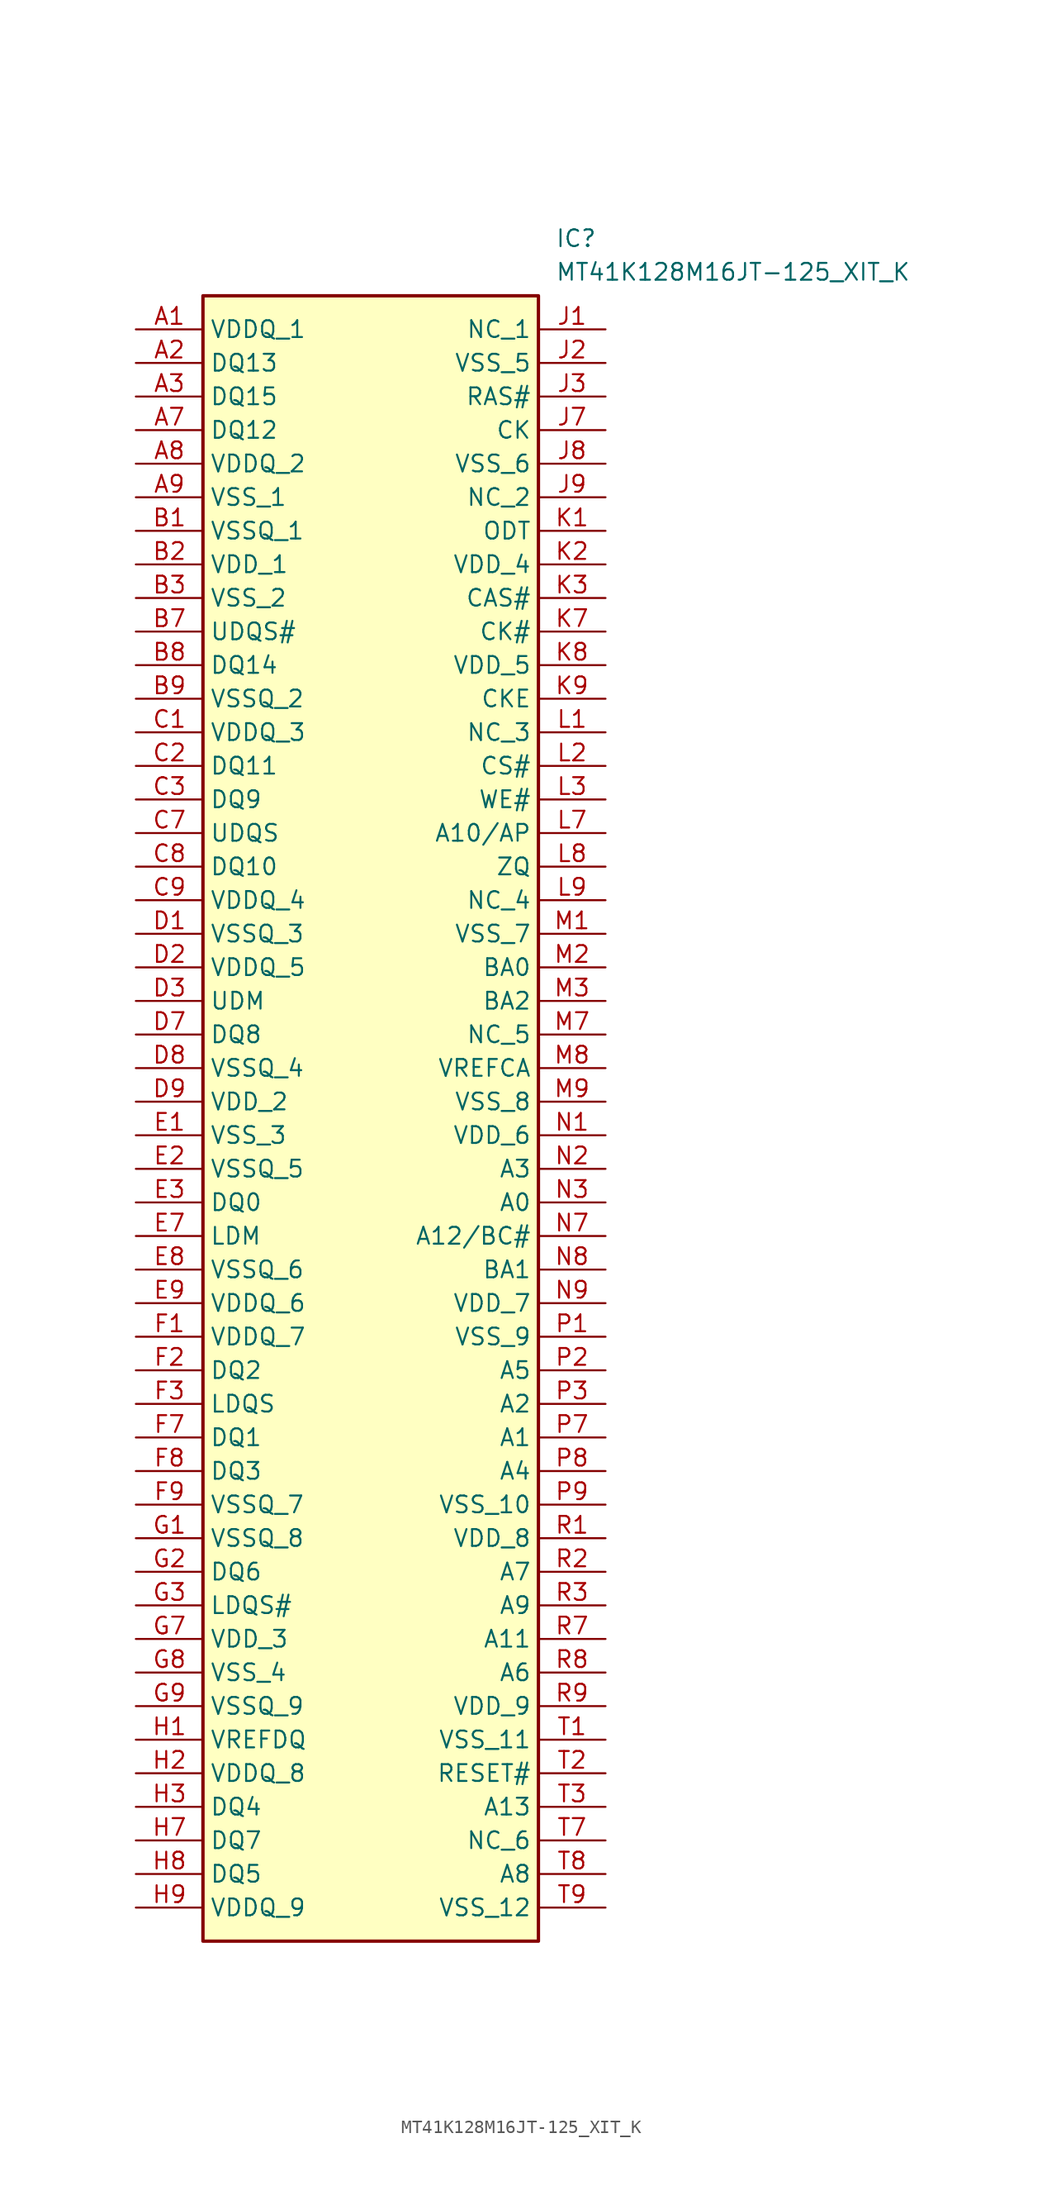
<source format=kicad_sym>
(kicad_symbol_lib
  (version 20211014)
  (generator SamacSys_ECAD_Model)
  (symbol "MT41K128M16JT-125_XIT_K"
    (property "Reference" "IC"
      (at 31.75 7.62 0)
      (effects (font (size 1.27 1.27)) (justify left top)))
    (property "Value" "MT41K128M16JT-125_XIT_K"
      (at 31.75 5.08 0)
      (effects (font (size 1.27 1.27)) (justify left top)))
    (rectangle
      (start 5.08 2.54)
      (end 30.48 -121.92)
      (stroke (width 0.254) (type default))
      (fill (type background)))
    (pin passive line
      (at 0 0 0)
      (length 5.08)
      (name "VDDQ_1" (effects (font (size 1.27 1.27))))
      (number "A1" (effects (font (size 1.27 1.27)))))
    (pin passive line
      (at 0 -2.54 0)
      (length 5.08)
      (name "DQ13" (effects (font (size 1.27 1.27))))
      (number "A2" (effects (font (size 1.27 1.27)))))
    (pin passive line
      (at 0 -5.08 0)
      (length 5.08)
      (name "DQ15" (effects (font (size 1.27 1.27))))
      (number "A3" (effects (font (size 1.27 1.27)))))
    (pin passive line
      (at 0 -7.62 0)
      (length 5.08)
      (name "DQ12" (effects (font (size 1.27 1.27))))
      (number "A7" (effects (font (size 1.27 1.27)))))
    (pin passive line
      (at 0 -10.16 0)
      (length 5.08)
      (name "VDDQ_2" (effects (font (size 1.27 1.27))))
      (number "A8" (effects (font (size 1.27 1.27)))))
    (pin passive line
      (at 0 -12.7 0)
      (length 5.08)
      (name "VSS_1" (effects (font (size 1.27 1.27))))
      (number "A9" (effects (font (size 1.27 1.27)))))
    (pin passive line
      (at 0 -15.24 0)
      (length 5.08)
      (name "VSSQ_1" (effects (font (size 1.27 1.27))))
      (number "B1" (effects (font (size 1.27 1.27)))))
    (pin passive line
      (at 0 -17.78 0)
      (length 5.08)
      (name "VDD_1" (effects (font (size 1.27 1.27))))
      (number "B2" (effects (font (size 1.27 1.27)))))
    (pin passive line
      (at 0 -20.32 0)
      (length 5.08)
      (name "VSS_2" (effects (font (size 1.27 1.27))))
      (number "B3" (effects (font (size 1.27 1.27)))))
    (pin passive line
      (at 0 -22.86 0)
      (length 5.08)
      (name "UDQS#" (effects (font (size 1.27 1.27))))
      (number "B7" (effects (font (size 1.27 1.27)))))
    (pin passive line
      (at 0 -25.4 0)
      (length 5.08)
      (name "DQ14" (effects (font (size 1.27 1.27))))
      (number "B8" (effects (font (size 1.27 1.27)))))
    (pin passive line
      (at 0 -27.94 0)
      (length 5.08)
      (name "VSSQ_2" (effects (font (size 1.27 1.27))))
      (number "B9" (effects (font (size 1.27 1.27)))))
    (pin passive line
      (at 0 -30.48 0)
      (length 5.08)
      (name "VDDQ_3" (effects (font (size 1.27 1.27))))
      (number "C1" (effects (font (size 1.27 1.27)))))
    (pin passive line
      (at 0 -33.02 0)
      (length 5.08)
      (name "DQ11" (effects (font (size 1.27 1.27))))
      (number "C2" (effects (font (size 1.27 1.27)))))
    (pin passive line
      (at 0 -35.56 0)
      (length 5.08)
      (name "DQ9" (effects (font (size 1.27 1.27))))
      (number "C3" (effects (font (size 1.27 1.27)))))
    (pin passive line
      (at 0 -38.1 0)
      (length 5.08)
      (name "UDQS" (effects (font (size 1.27 1.27))))
      (number "C7" (effects (font (size 1.27 1.27)))))
    (pin passive line
      (at 0 -40.64 0)
      (length 5.08)
      (name "DQ10" (effects (font (size 1.27 1.27))))
      (number "C8" (effects (font (size 1.27 1.27)))))
    (pin passive line
      (at 0 -43.18 0)
      (length 5.08)
      (name "VDDQ_4" (effects (font (size 1.27 1.27))))
      (number "C9" (effects (font (size 1.27 1.27)))))
    (pin passive line
      (at 0 -45.72 0)
      (length 5.08)
      (name "VSSQ_3" (effects (font (size 1.27 1.27))))
      (number "D1" (effects (font (size 1.27 1.27)))))
    (pin passive line
      (at 0 -48.26 0)
      (length 5.08)
      (name "VDDQ_5" (effects (font (size 1.27 1.27))))
      (number "D2" (effects (font (size 1.27 1.27)))))
    (pin passive line
      (at 0 -50.8 0)
      (length 5.08)
      (name "UDM" (effects (font (size 1.27 1.27))))
      (number "D3" (effects (font (size 1.27 1.27)))))
    (pin passive line
      (at 0 -53.34 0)
      (length 5.08)
      (name "DQ8" (effects (font (size 1.27 1.27))))
      (number "D7" (effects (font (size 1.27 1.27)))))
    (pin passive line
      (at 0 -55.88 0)
      (length 5.08)
      (name "VSSQ_4" (effects (font (size 1.27 1.27))))
      (number "D8" (effects (font (size 1.27 1.27)))))
    (pin passive line
      (at 0 -58.42 0)
      (length 5.08)
      (name "VDD_2" (effects (font (size 1.27 1.27))))
      (number "D9" (effects (font (size 1.27 1.27)))))
    (pin passive line
      (at 0 -60.96 0)
      (length 5.08)
      (name "VSS_3" (effects (font (size 1.27 1.27))))
      (number "E1" (effects (font (size 1.27 1.27)))))
    (pin passive line
      (at 0 -63.5 0)
      (length 5.08)
      (name "VSSQ_5" (effects (font (size 1.27 1.27))))
      (number "E2" (effects (font (size 1.27 1.27)))))
    (pin passive line
      (at 0 -66.04 0)
      (length 5.08)
      (name "DQ0" (effects (font (size 1.27 1.27))))
      (number "E3" (effects (font (size 1.27 1.27)))))
    (pin passive line
      (at 0 -68.58 0)
      (length 5.08)
      (name "LDM" (effects (font (size 1.27 1.27))))
      (number "E7" (effects (font (size 1.27 1.27)))))
    (pin passive line
      (at 0 -71.12 0)
      (length 5.08)
      (name "VSSQ_6" (effects (font (size 1.27 1.27))))
      (number "E8" (effects (font (size 1.27 1.27)))))
    (pin passive line
      (at 0 -73.66 0)
      (length 5.08)
      (name "VDDQ_6" (effects (font (size 1.27 1.27))))
      (number "E9" (effects (font (size 1.27 1.27)))))
    (pin passive line
      (at 0 -76.2 0)
      (length 5.08)
      (name "VDDQ_7" (effects (font (size 1.27 1.27))))
      (number "F1" (effects (font (size 1.27 1.27)))))
    (pin passive line
      (at 0 -78.74 0)
      (length 5.08)
      (name "DQ2" (effects (font (size 1.27 1.27))))
      (number "F2" (effects (font (size 1.27 1.27)))))
    (pin passive line
      (at 0 -81.28 0)
      (length 5.08)
      (name "LDQS" (effects (font (size 1.27 1.27))))
      (number "F3" (effects (font (size 1.27 1.27)))))
    (pin passive line
      (at 0 -83.82 0)
      (length 5.08)
      (name "DQ1" (effects (font (size 1.27 1.27))))
      (number "F7" (effects (font (size 1.27 1.27)))))
    (pin passive line
      (at 0 -86.36 0)
      (length 5.08)
      (name "DQ3" (effects (font (size 1.27 1.27))))
      (number "F8" (effects (font (size 1.27 1.27)))))
    (pin passive line
      (at 0 -88.9 0)
      (length 5.08)
      (name "VSSQ_7" (effects (font (size 1.27 1.27))))
      (number "F9" (effects (font (size 1.27 1.27)))))
    (pin passive line
      (at 0 -91.44 0)
      (length 5.08)
      (name "VSSQ_8" (effects (font (size 1.27 1.27))))
      (number "G1" (effects (font (size 1.27 1.27)))))
    (pin passive line
      (at 0 -93.98 0)
      (length 5.08)
      (name "DQ6" (effects (font (size 1.27 1.27))))
      (number "G2" (effects (font (size 1.27 1.27)))))
    (pin passive line
      (at 0 -96.52 0)
      (length 5.08)
      (name "LDQS#" (effects (font (size 1.27 1.27))))
      (number "G3" (effects (font (size 1.27 1.27)))))
    (pin passive line
      (at 0 -99.06 0)
      (length 5.08)
      (name "VDD_3" (effects (font (size 1.27 1.27))))
      (number "G7" (effects (font (size 1.27 1.27)))))
    (pin passive line
      (at 0 -101.6 0)
      (length 5.08)
      (name "VSS_4" (effects (font (size 1.27 1.27))))
      (number "G8" (effects (font (size 1.27 1.27)))))
    (pin passive line
      (at 0 -104.14 0)
      (length 5.08)
      (name "VSSQ_9" (effects (font (size 1.27 1.27))))
      (number "G9" (effects (font (size 1.27 1.27)))))
    (pin passive line
      (at 0 -106.68 0)
      (length 5.08)
      (name "VREFDQ" (effects (font (size 1.27 1.27))))
      (number "H1" (effects (font (size 1.27 1.27)))))
    (pin passive line
      (at 0 -109.22 0)
      (length 5.08)
      (name "VDDQ_8" (effects (font (size 1.27 1.27))))
      (number "H2" (effects (font (size 1.27 1.27)))))
    (pin passive line
      (at 0 -111.76 0)
      (length 5.08)
      (name "DQ4" (effects (font (size 1.27 1.27))))
      (number "H3" (effects (font (size 1.27 1.27)))))
    (pin passive line
      (at 0 -114.3 0)
      (length 5.08)
      (name "DQ7" (effects (font (size 1.27 1.27))))
      (number "H7" (effects (font (size 1.27 1.27)))))
    (pin passive line
      (at 0 -116.84 0)
      (length 5.08)
      (name "DQ5" (effects (font (size 1.27 1.27))))
      (number "H8" (effects (font (size 1.27 1.27)))))
    (pin passive line
      (at 0 -119.38 0)
      (length 5.08)
      (name "VDDQ_9" (effects (font (size 1.27 1.27))))
      (number "H9" (effects (font (size 1.27 1.27)))))
    (pin passive line
      (at 35.56 0 180)
      (length 5.08)
      (name "NC_1" (effects (font (size 1.27 1.27))))
      (number "J1" (effects (font (size 1.27 1.27)))))
    (pin passive line
      (at 35.56 -2.54 180)
      (length 5.08)
      (name "VSS_5" (effects (font (size 1.27 1.27))))
      (number "J2" (effects (font (size 1.27 1.27)))))
    (pin passive line
      (at 35.56 -5.08 180)
      (length 5.08)
      (name "RAS#" (effects (font (size 1.27 1.27))))
      (number "J3" (effects (font (size 1.27 1.27)))))
    (pin passive line
      (at 35.56 -7.62 180)
      (length 5.08)
      (name "CK" (effects (font (size 1.27 1.27))))
      (number "J7" (effects (font (size 1.27 1.27)))))
    (pin passive line
      (at 35.56 -10.16 180)
      (length 5.08)
      (name "VSS_6" (effects (font (size 1.27 1.27))))
      (number "J8" (effects (font (size 1.27 1.27)))))
    (pin passive line
      (at 35.56 -12.7 180)
      (length 5.08)
      (name "NC_2" (effects (font (size 1.27 1.27))))
      (number "J9" (effects (font (size 1.27 1.27)))))
    (pin passive line
      (at 35.56 -15.24 180)
      (length 5.08)
      (name "ODT" (effects (font (size 1.27 1.27))))
      (number "K1" (effects (font (size 1.27 1.27)))))
    (pin passive line
      (at 35.56 -17.78 180)
      (length 5.08)
      (name "VDD_4" (effects (font (size 1.27 1.27))))
      (number "K2" (effects (font (size 1.27 1.27)))))
    (pin passive line
      (at 35.56 -20.32 180)
      (length 5.08)
      (name "CAS#" (effects (font (size 1.27 1.27))))
      (number "K3" (effects (font (size 1.27 1.27)))))
    (pin passive line
      (at 35.56 -22.86 180)
      (length 5.08)
      (name "CK#" (effects (font (size 1.27 1.27))))
      (number "K7" (effects (font (size 1.27 1.27)))))
    (pin passive line
      (at 35.56 -25.4 180)
      (length 5.08)
      (name "VDD_5" (effects (font (size 1.27 1.27))))
      (number "K8" (effects (font (size 1.27 1.27)))))
    (pin passive line
      (at 35.56 -27.94 180)
      (length 5.08)
      (name "CKE" (effects (font (size 1.27 1.27))))
      (number "K9" (effects (font (size 1.27 1.27)))))
    (pin passive line
      (at 35.56 -30.48 180)
      (length 5.08)
      (name "NC_3" (effects (font (size 1.27 1.27))))
      (number "L1" (effects (font (size 1.27 1.27)))))
    (pin passive line
      (at 35.56 -33.02 180)
      (length 5.08)
      (name "CS#" (effects (font (size 1.27 1.27))))
      (number "L2" (effects (font (size 1.27 1.27)))))
    (pin passive line
      (at 35.56 -35.56 180)
      (length 5.08)
      (name "WE#" (effects (font (size 1.27 1.27))))
      (number "L3" (effects (font (size 1.27 1.27)))))
    (pin passive line
      (at 35.56 -38.1 180)
      (length 5.08)
      (name "A10/AP" (effects (font (size 1.27 1.27))))
      (number "L7" (effects (font (size 1.27 1.27)))))
    (pin passive line
      (at 35.56 -40.64 180)
      (length 5.08)
      (name "ZQ" (effects (font (size 1.27 1.27))))
      (number "L8" (effects (font (size 1.27 1.27)))))
    (pin passive line
      (at 35.56 -43.18 180)
      (length 5.08)
      (name "NC_4" (effects (font (size 1.27 1.27))))
      (number "L9" (effects (font (size 1.27 1.27)))))
    (pin passive line
      (at 35.56 -45.72 180)
      (length 5.08)
      (name "VSS_7" (effects (font (size 1.27 1.27))))
      (number "M1" (effects (font (size 1.27 1.27)))))
    (pin passive line
      (at 35.56 -48.26 180)
      (length 5.08)
      (name "BA0" (effects (font (size 1.27 1.27))))
      (number "M2" (effects (font (size 1.27 1.27)))))
    (pin passive line
      (at 35.56 -50.8 180)
      (length 5.08)
      (name "BA2" (effects (font (size 1.27 1.27))))
      (number "M3" (effects (font (size 1.27 1.27)))))
    (pin passive line
      (at 35.56 -53.34 180)
      (length 5.08)
      (name "NC_5" (effects (font (size 1.27 1.27))))
      (number "M7" (effects (font (size 1.27 1.27)))))
    (pin passive line
      (at 35.56 -55.88 180)
      (length 5.08)
      (name "VREFCA" (effects (font (size 1.27 1.27))))
      (number "M8" (effects (font (size 1.27 1.27)))))
    (pin passive line
      (at 35.56 -58.42 180)
      (length 5.08)
      (name "VSS_8" (effects (font (size 1.27 1.27))))
      (number "M9" (effects (font (size 1.27 1.27)))))
    (pin passive line
      (at 35.56 -60.96 180)
      (length 5.08)
      (name "VDD_6" (effects (font (size 1.27 1.27))))
      (number "N1" (effects (font (size 1.27 1.27)))))
    (pin passive line
      (at 35.56 -63.5 180)
      (length 5.08)
      (name "A3" (effects (font (size 1.27 1.27))))
      (number "N2" (effects (font (size 1.27 1.27)))))
    (pin passive line
      (at 35.56 -66.04 180)
      (length 5.08)
      (name "A0" (effects (font (size 1.27 1.27))))
      (number "N3" (effects (font (size 1.27 1.27)))))
    (pin passive line
      (at 35.56 -68.58 180)
      (length 5.08)
      (name "A12/BC#" (effects (font (size 1.27 1.27))))
      (number "N7" (effects (font (size 1.27 1.27)))))
    (pin passive line
      (at 35.56 -71.12 180)
      (length 5.08)
      (name "BA1" (effects (font (size 1.27 1.27))))
      (number "N8" (effects (font (size 1.27 1.27)))))
    (pin passive line
      (at 35.56 -73.66 180)
      (length 5.08)
      (name "VDD_7" (effects (font (size 1.27 1.27))))
      (number "N9" (effects (font (size 1.27 1.27)))))
    (pin passive line
      (at 35.56 -76.2 180)
      (length 5.08)
      (name "VSS_9" (effects (font (size 1.27 1.27))))
      (number "P1" (effects (font (size 1.27 1.27)))))
    (pin passive line
      (at 35.56 -78.74 180)
      (length 5.08)
      (name "A5" (effects (font (size 1.27 1.27))))
      (number "P2" (effects (font (size 1.27 1.27)))))
    (pin passive line
      (at 35.56 -81.28 180)
      (length 5.08)
      (name "A2" (effects (font (size 1.27 1.27))))
      (number "P3" (effects (font (size 1.27 1.27)))))
    (pin passive line
      (at 35.56 -83.82 180)
      (length 5.08)
      (name "A1" (effects (font (size 1.27 1.27))))
      (number "P7" (effects (font (size 1.27 1.27)))))
    (pin passive line
      (at 35.56 -86.36 180)
      (length 5.08)
      (name "A4" (effects (font (size 1.27 1.27))))
      (number "P8" (effects (font (size 1.27 1.27)))))
    (pin passive line
      (at 35.56 -88.9 180)
      (length 5.08)
      (name "VSS_10" (effects (font (size 1.27 1.27))))
      (number "P9" (effects (font (size 1.27 1.27)))))
    (pin passive line
      (at 35.56 -91.44 180)
      (length 5.08)
      (name "VDD_8" (effects (font (size 1.27 1.27))))
      (number "R1" (effects (font (size 1.27 1.27)))))
    (pin passive line
      (at 35.56 -93.98 180)
      (length 5.08)
      (name "A7" (effects (font (size 1.27 1.27))))
      (number "R2" (effects (font (size 1.27 1.27)))))
    (pin passive line
      (at 35.56 -96.52 180)
      (length 5.08)
      (name "A9" (effects (font (size 1.27 1.27))))
      (number "R3" (effects (font (size 1.27 1.27)))))
    (pin passive line
      (at 35.56 -99.06 180)
      (length 5.08)
      (name "A11" (effects (font (size 1.27 1.27))))
      (number "R7" (effects (font (size 1.27 1.27)))))
    (pin passive line
      (at 35.56 -101.6 180)
      (length 5.08)
      (name "A6" (effects (font (size 1.27 1.27))))
      (number "R8" (effects (font (size 1.27 1.27)))))
    (pin passive line
      (at 35.56 -104.14 180)
      (length 5.08)
      (name "VDD_9" (effects (font (size 1.27 1.27))))
      (number "R9" (effects (font (size 1.27 1.27)))))
    (pin passive line
      (at 35.56 -106.68 180)
      (length 5.08)
      (name "VSS_11" (effects (font (size 1.27 1.27))))
      (number "T1" (effects (font (size 1.27 1.27)))))
    (pin passive line
      (at 35.56 -109.22 180)
      (length 5.08)
      (name "RESET#" (effects (font (size 1.27 1.27))))
      (number "T2" (effects (font (size 1.27 1.27)))))
    (pin passive line
      (at 35.56 -111.76 180)
      (length 5.08)
      (name "A13" (effects (font (size 1.27 1.27))))
      (number "T3" (effects (font (size 1.27 1.27)))))
    (pin passive line
      (at 35.56 -114.3 180)
      (length 5.08)
      (name "NC_6" (effects (font (size 1.27 1.27))))
      (number "T7" (effects (font (size 1.27 1.27)))))
    (pin passive line
      (at 35.56 -116.84 180)
      (length 5.08)
      (name "A8" (effects (font (size 1.27 1.27))))
      (number "T8" (effects (font (size 1.27 1.27)))))
    (pin passive line
      (at 35.56 -119.38 180)
      (length 5.08)
      (name "VSS_12" (effects (font (size 1.27 1.27))))
      (number "T9" (effects (font (size 1.27 1.27)))))))
</source>
